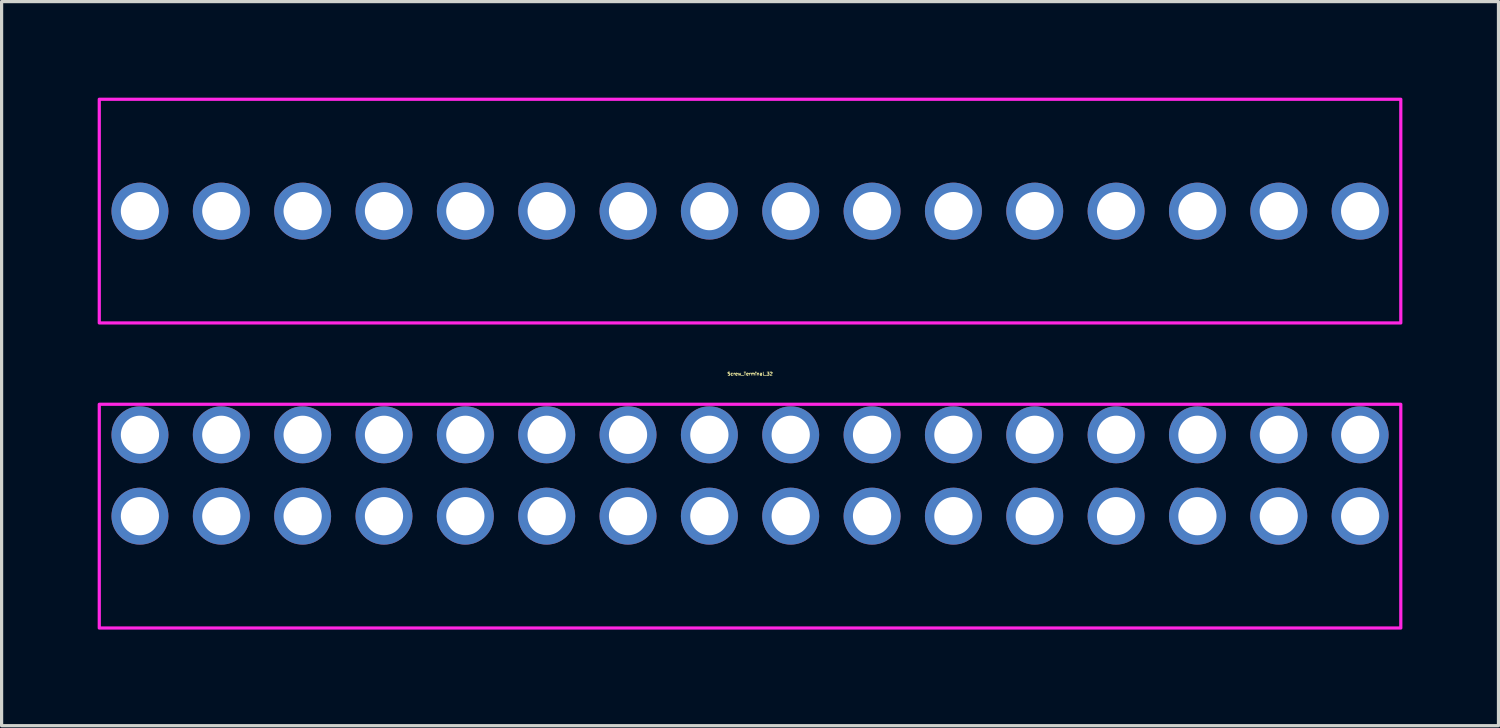
<source format=kicad_pcb>
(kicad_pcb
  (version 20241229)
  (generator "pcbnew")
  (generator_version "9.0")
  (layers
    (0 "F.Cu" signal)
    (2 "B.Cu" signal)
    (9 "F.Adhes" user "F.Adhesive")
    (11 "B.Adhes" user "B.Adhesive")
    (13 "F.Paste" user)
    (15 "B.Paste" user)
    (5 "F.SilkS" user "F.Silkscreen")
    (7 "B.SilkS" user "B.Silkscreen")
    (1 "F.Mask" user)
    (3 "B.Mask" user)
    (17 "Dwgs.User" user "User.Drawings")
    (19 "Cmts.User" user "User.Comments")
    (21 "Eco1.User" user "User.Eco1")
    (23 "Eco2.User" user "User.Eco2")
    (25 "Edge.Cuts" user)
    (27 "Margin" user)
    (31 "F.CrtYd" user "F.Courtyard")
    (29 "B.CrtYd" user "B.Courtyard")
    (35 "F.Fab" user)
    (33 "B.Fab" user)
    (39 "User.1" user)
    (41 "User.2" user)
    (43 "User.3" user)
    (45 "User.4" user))
  (footprint "Screw_Terminal_32"
    (layer "F.Cu")
    (at 20.37 11.797)
    (property "Reference" "Screw_Terminal_32" (at 0 -3.175 0) (layer "F.SilkS") (effects (font (size 0.1 0.1) (thickness 0.02))))
    (attr through_hole)
    (fp_poly (pts (xy 20.32 -11.748) (xy -20.32 -11.748) (xy -20.32 -4.763) (xy 20.32 -4.763)) (stroke (width 0.1) (type solid)) (fill no) (layer "F.CrtYd"))
    (fp_poly (pts (xy 20.32 -2.223) (xy -20.32 -2.223) (xy -20.32 4.763) (xy 20.32 4.763)) (stroke (width 0.1) (type solid)) (fill no) (layer "F.CrtYd"))
    (pad "1" thru_hole circle (at -19.05 -8.255) (size 1.778 1.778) (drill 1.194) (layers "*.Cu" "*.Mask"))
    (pad "1" thru_hole circle (at -19.05 -1.27) (size 1.778 1.778) (drill 1.194) (layers "*.Cu" "*.Mask"))
    (pad "2" thru_hole circle (at -19.05 1.27) (size 1.778 1.778) (drill 1.194) (layers "*.Cu" "*.Mask"))
    (pad "3" thru_hole circle (at -16.51 -8.255) (size 1.778 1.778) (drill 1.194) (layers "*.Cu" "*.Mask"))
    (pad "3" thru_hole circle (at -16.51 -1.27) (size 1.778 1.778) (drill 1.194) (layers "*.Cu" "*.Mask"))
    (pad "4" thru_hole circle (at -16.51 1.27) (size 1.778 1.778) (drill 1.194) (layers "*.Cu" "*.Mask"))
    (pad "5" thru_hole circle (at -13.97 -8.255) (size 1.778 1.778) (drill 1.194) (layers "*.Cu" "*.Mask"))
    (pad "5" thru_hole circle (at -13.97 -1.27) (size 1.778 1.778) (drill 1.194) (layers "*.Cu" "*.Mask"))
    (pad "6" thru_hole circle (at -13.97 1.27) (size 1.778 1.778) (drill 1.194) (layers "*.Cu" "*.Mask"))
    (pad "7" thru_hole circle (at -11.43 -8.255) (size 1.778 1.778) (drill 1.194) (layers "*.Cu" "*.Mask"))
    (pad "7" thru_hole circle (at -11.43 -1.27) (size 1.778 1.778) (drill 1.194) (layers "*.Cu" "*.Mask"))
    (pad "8" thru_hole circle (at -11.43 1.27) (size 1.778 1.778) (drill 1.194) (layers "*.Cu" "*.Mask"))
    (pad "9" thru_hole circle (at -8.89 -8.255) (size 1.778 1.778) (drill 1.194) (layers "*.Cu" "*.Mask"))
    (pad "9" thru_hole circle (at -8.89 -1.27) (size 1.778 1.778) (drill 1.194) (layers "*.Cu" "*.Mask"))
    (pad "10" thru_hole circle (at -8.89 1.27) (size 1.778 1.778) (drill 1.194) (layers "*.Cu" "*.Mask"))
    (pad "11" thru_hole circle (at -6.35 -8.255) (size 1.778 1.778) (drill 1.194) (layers "*.Cu" "*.Mask"))
    (pad "11" thru_hole circle (at -6.35 -1.27) (size 1.778 1.778) (drill 1.194) (layers "*.Cu" "*.Mask"))
    (pad "12" thru_hole circle (at -6.35 1.27) (size 1.778 1.778) (drill 1.194) (layers "*.Cu" "*.Mask"))
    (pad "13" thru_hole circle (at -3.81 -8.255) (size 1.778 1.778) (drill 1.194) (layers "*.Cu" "*.Mask"))
    (pad "13" thru_hole circle (at -3.81 -1.27) (size 1.778 1.778) (drill 1.194) (layers "*.Cu" "*.Mask"))
    (pad "14" thru_hole circle (at -3.81 1.27) (size 1.778 1.778) (drill 1.194) (layers "*.Cu" "*.Mask"))
    (pad "15" thru_hole circle (at -1.27 -8.255) (size 1.778 1.778) (drill 1.194) (layers "*.Cu" "*.Mask"))
    (pad "15" thru_hole circle (at -1.27 -1.27) (size 1.778 1.778) (drill 1.194) (layers "*.Cu" "*.Mask"))
    (pad "16" thru_hole circle (at -1.27 1.27) (size 1.778 1.778) (drill 1.194) (layers "*.Cu" "*.Mask"))
    (pad "17" thru_hole circle (at 1.27 -8.255) (size 1.778 1.778) (drill 1.194) (layers "*.Cu" "*.Mask"))
    (pad "17" thru_hole circle (at 1.27 -1.27) (size 1.778 1.778) (drill 1.194) (layers "*.Cu" "*.Mask"))
    (pad "18" thru_hole circle (at 1.27 1.27) (size 1.778 1.778) (drill 1.194) (layers "*.Cu" "*.Mask"))
    (pad "19" thru_hole circle (at 3.81 -8.255) (size 1.778 1.778) (drill 1.194) (layers "*.Cu" "*.Mask"))
    (pad "19" thru_hole circle (at 3.81 -1.27) (size 1.778 1.778) (drill 1.194) (layers "*.Cu" "*.Mask"))
    (pad "20" thru_hole circle (at 3.81 1.27) (size 1.778 1.778) (drill 1.194) (layers "*.Cu" "*.Mask"))
    (pad "21" thru_hole circle (at 6.35 -8.255) (size 1.778 1.778) (drill 1.194) (layers "*.Cu" "*.Mask"))
    (pad "21" thru_hole circle (at 6.35 -1.27) (size 1.778 1.778) (drill 1.194) (layers "*.Cu" "*.Mask"))
    (pad "22" thru_hole circle (at 6.35 1.27) (size 1.778 1.778) (drill 1.194) (layers "*.Cu" "*.Mask"))
    (pad "23" thru_hole circle (at 8.89 -8.255) (size 1.778 1.778) (drill 1.194) (layers "*.Cu" "*.Mask"))
    (pad "23" thru_hole circle (at 8.89 -1.27) (size 1.778 1.778) (drill 1.194) (layers "*.Cu" "*.Mask"))
    (pad "24" thru_hole circle (at 8.89 1.27) (size 1.778 1.778) (drill 1.194) (layers "*.Cu" "*.Mask"))
    (pad "25" thru_hole circle (at 11.43 -8.255) (size 1.778 1.778) (drill 1.194) (layers "*.Cu" "*.Mask"))
    (pad "25" thru_hole circle (at 11.43 -1.27) (size 1.778 1.778) (drill 1.194) (layers "*.Cu" "*.Mask"))
    (pad "26" thru_hole circle (at 11.43 1.27) (size 1.778 1.778) (drill 1.194) (layers "*.Cu" "*.Mask"))
    (pad "27" thru_hole circle (at 13.97 -8.255) (size 1.778 1.778) (drill 1.194) (layers "*.Cu" "*.Mask"))
    (pad "27" thru_hole circle (at 13.97 -1.27) (size 1.778 1.778) (drill 1.194) (layers "*.Cu" "*.Mask"))
    (pad "28" thru_hole circle (at 13.97 1.27) (size 1.778 1.778) (drill 1.194) (layers "*.Cu" "*.Mask"))
    (pad "29" thru_hole circle (at 16.51 -8.255) (size 1.778 1.778) (drill 1.194) (layers "*.Cu" "*.Mask"))
    (pad "29" thru_hole circle (at 16.51 -1.27) (size 1.778 1.778) (drill 1.194) (layers "*.Cu" "*.Mask"))
    (pad "30" thru_hole circle (at 16.51 1.27) (size 1.778 1.778) (drill 1.194) (layers "*.Cu" "*.Mask"))
    (pad "31" thru_hole circle (at 19.05 -8.255) (size 1.778 1.778) (drill 1.194) (layers "*.Cu" "*.Mask"))
    (pad "31" thru_hole circle (at 19.05 -1.27) (size 1.778 1.778) (drill 1.194) (layers "*.Cu" "*.Mask"))
    (pad "32" thru_hole circle (at 19.05 1.27) (size 1.778 1.778) (drill 1.194) (layers "*.Cu" "*.Mask")))
  (gr_rect
    (start -3 -3)
    (end 43.74 19.61)
    (stroke (width 0.1) (type default))
    (fill no)
    (layer "Edge.Cuts")))
</source>
